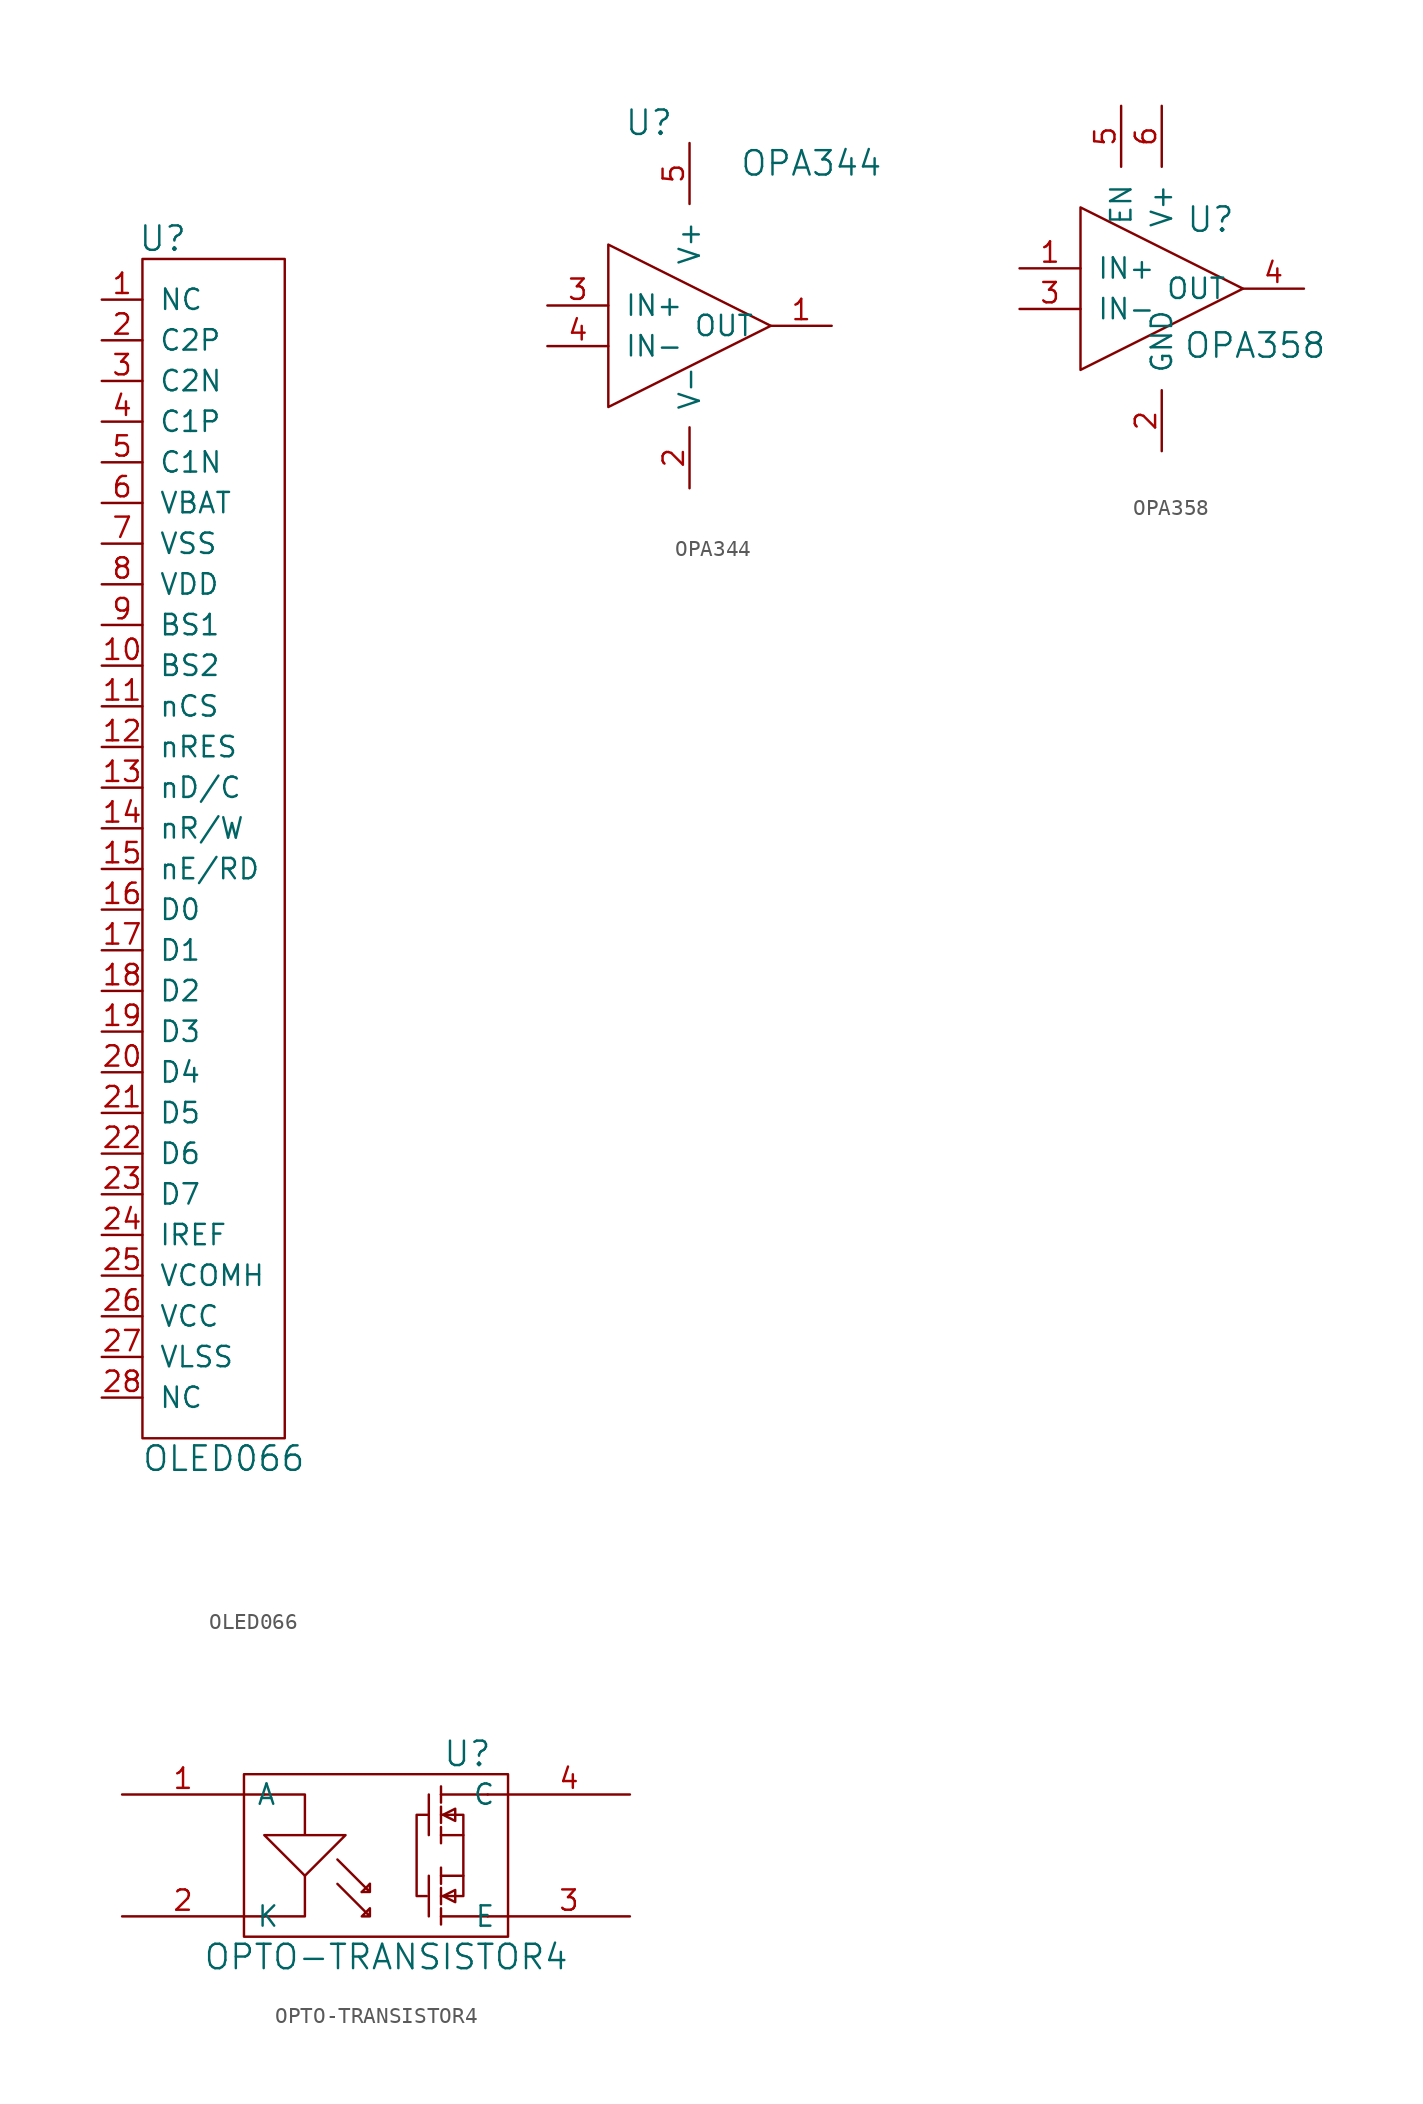
<source format=kicad_sym>
(kicad_symbol_lib
  (version 20211014)
  (generator kicad_symbol_editor)
  (symbol "OLED066"
    (pin_names
      (offset 1.016))
    (property "Reference" "U"
      (at -3.81 38.1 0)
      (effects (font (size 1.524 1.524))))
    (property "Value" "OLED066"
      (at 0 -38.1 0)
      (effects (font (size 1.524 1.524))))
    (property "Footprint" ""
      (at 11.43 40.64 0)
      (effects (font (size 1.524 1.524))))
    (property "Datasheet" ""
      (at 11.43 40.64 0)
      (effects (font (size 1.524 1.524))))
    (symbol "OLED066_0_1"
      (rectangle (start -5.08 36.83) (end 3.81 -36.83) (stroke (width 0) (type default) (color 0 0 0 0)) (fill (type none))))
    (symbol "OLED066_1_1"
      (pin passive line (at -7.62 34.29 0) (length 2.54) (name "NC" (effects (font (size 1.27 1.27)))) (number "1" (effects (font (size 1.27 1.27)))))
      (pin passive line (at -7.62 11.43 0) (length 2.54) (name "BS2" (effects (font (size 1.27 1.27)))) (number "10" (effects (font (size 1.27 1.27)))))
      (pin passive line (at -7.62 8.89 0) (length 2.54) (name "nCS" (effects (font (size 1.27 1.27)))) (number "11" (effects (font (size 1.27 1.27)))))
      (pin passive line (at -7.62 6.35 0) (length 2.54) (name "nRES" (effects (font (size 1.27 1.27)))) (number "12" (effects (font (size 1.27 1.27)))))
      (pin passive line (at -7.62 3.81 0) (length 2.54) (name "nD/C" (effects (font (size 1.27 1.27)))) (number "13" (effects (font (size 1.27 1.27)))))
      (pin passive line (at -7.62 1.27 0) (length 2.54) (name "nR/W" (effects (font (size 1.27 1.27)))) (number "14" (effects (font (size 1.27 1.27)))))
      (pin passive line (at -7.62 -1.27 0) (length 2.54) (name "nE/RD" (effects (font (size 1.27 1.27)))) (number "15" (effects (font (size 1.27 1.27)))))
      (pin passive line (at -7.62 -3.81 0) (length 2.54) (name "D0" (effects (font (size 1.27 1.27)))) (number "16" (effects (font (size 1.27 1.27)))))
      (pin passive line (at -7.62 -6.35 0) (length 2.54) (name "D1" (effects (font (size 1.27 1.27)))) (number "17" (effects (font (size 1.27 1.27)))))
      (pin passive line (at -7.62 -8.89 0) (length 2.54) (name "D2" (effects (font (size 1.27 1.27)))) (number "18" (effects (font (size 1.27 1.27)))))
      (pin passive line (at -7.62 -11.43 0) (length 2.54) (name "D3" (effects (font (size 1.27 1.27)))) (number "19" (effects (font (size 1.27 1.27)))))
      (pin passive line (at -7.62 31.75 0) (length 2.54) (name "C2P" (effects (font (size 1.27 1.27)))) (number "2" (effects (font (size 1.27 1.27)))))
      (pin passive line (at -7.62 -13.97 0) (length 2.54) (name "D4" (effects (font (size 1.27 1.27)))) (number "20" (effects (font (size 1.27 1.27)))))
      (pin passive line (at -7.62 -16.51 0) (length 2.54) (name "D5" (effects (font (size 1.27 1.27)))) (number "21" (effects (font (size 1.27 1.27)))))
      (pin passive line (at -7.62 -19.05 0) (length 2.54) (name "D6" (effects (font (size 1.27 1.27)))) (number "22" (effects (font (size 1.27 1.27)))))
      (pin passive line (at -7.62 -21.59 0) (length 2.54) (name "D7" (effects (font (size 1.27 1.27)))) (number "23" (effects (font (size 1.27 1.27)))))
      (pin passive line (at -7.62 -24.13 0) (length 2.54) (name "IREF" (effects (font (size 1.27 1.27)))) (number "24" (effects (font (size 1.27 1.27)))))
      (pin passive line (at -7.62 -26.67 0) (length 2.54) (name "VCOMH" (effects (font (size 1.27 1.27)))) (number "25" (effects (font (size 1.27 1.27)))))
      (pin passive line (at -7.62 -29.21 0) (length 2.54) (name "VCC" (effects (font (size 1.27 1.27)))) (number "26" (effects (font (size 1.27 1.27)))))
      (pin passive line (at -7.62 -31.75 0) (length 2.54) (name "VLSS" (effects (font (size 1.27 1.27)))) (number "27" (effects (font (size 1.27 1.27)))))
      (pin passive line (at -7.62 -34.29 0) (length 2.54) (name "NC" (effects (font (size 1.27 1.27)))) (number "28" (effects (font (size 1.27 1.27)))))
      (pin passive line (at -7.62 29.21 0) (length 2.54) (name "C2N" (effects (font (size 1.27 1.27)))) (number "3" (effects (font (size 1.27 1.27)))))
      (pin passive line (at -7.62 26.67 0) (length 2.54) (name "C1P" (effects (font (size 1.27 1.27)))) (number "4" (effects (font (size 1.27 1.27)))))
      (pin passive line (at -7.62 24.13 0) (length 2.54) (name "C1N" (effects (font (size 1.27 1.27)))) (number "5" (effects (font (size 1.27 1.27)))))
      (pin passive line (at -7.62 21.59 0) (length 2.54) (name "VBAT" (effects (font (size 1.27 1.27)))) (number "6" (effects (font (size 1.27 1.27)))))
      (pin passive line (at -7.62 19.05 0) (length 2.54) (name "VSS" (effects (font (size 1.27 1.27)))) (number "7" (effects (font (size 1.27 1.27)))))
      (pin passive line (at -7.62 16.51 0) (length 2.54) (name "VDD" (effects (font (size 1.27 1.27)))) (number "8" (effects (font (size 1.27 1.27)))))
      (pin passive line (at -7.62 13.97 0) (length 2.54) (name "BS1" (effects (font (size 1.27 1.27)))) (number "9" (effects (font (size 1.27 1.27)))))))
  (symbol "OPA344"
    (pin_names
      (offset 1.016))
    (property "Reference" "U"
      (at -2.54 12.7 0)
      (effects (font (size 1.524 1.524))))
    (property "Value" "OPA344"
      (at 7.62 10.16 0)
      (effects (font (size 1.524 1.524))))
    (property "Footprint" ""
      (at 0 0 0)
      (effects (font (size 1.524 1.524))))
    (property "Datasheet" ""
      (at 0 0 0)
      (effects (font (size 1.524 1.524))))
    (symbol "OPA344_0_1"
      (polyline (pts (xy -5.08 5.08) (xy -5.08 -5.08) (xy 5.08 0) (xy -5.08 5.08)) (stroke (width 0) (type default) (color 0 0 0 0)) (fill (type none))))
    (symbol "OPA344_1_1"
      (pin passive line (at 8.89 0 180) (length 3.81) (name "OUT" (effects (font (size 1.27 1.27)))) (number "1" (effects (font (size 1.27 1.27)))))
      (pin passive line (at 0 -10.16 90) (length 3.81) (name "V-" (effects (font (size 1.27 1.27)))) (number "2" (effects (font (size 1.27 1.27)))))
      (pin passive line (at -8.89 1.27 0) (length 3.81) (name "IN+" (effects (font (size 1.27 1.27)))) (number "3" (effects (font (size 1.27 1.27)))))
      (pin passive line (at -8.89 -1.27 0) (length 3.81) (name "IN-" (effects (font (size 1.27 1.27)))) (number "4" (effects (font (size 1.27 1.27)))))
      (pin passive line (at 0 11.43 270) (length 3.81) (name "V+" (effects (font (size 1.27 1.27)))) (number "5" (effects (font (size 1.27 1.27)))))))
  (symbol "OPA358"
    (pin_names
      (offset 1.016))
    (property "Reference" "U"
      (at 3.048 4.318 0)
      (effects (font (size 1.524 1.524))))
    (property "Value" "OPA358"
      (at 5.842 -3.556 0)
      (effects (font (size 1.524 1.524))))
    (property "Footprint" ""
      (at 0 0 0)
      (effects (font (size 1.524 1.524))))
    (property "Datasheet" ""
      (at 0 0 0)
      (effects (font (size 1.524 1.524))))
    (symbol "OPA358_0_1"
      (polyline (pts (xy -5.08 5.08) (xy -5.08 -5.08) (xy 5.08 0) (xy -5.08 5.08)) (stroke (width 0) (type default) (color 0 0 0 0)) (fill (type none))))
    (symbol "OPA358_1_1"
      (pin passive line (at -8.89 1.27 0) (length 3.81) (name "IN+" (effects (font (size 1.27 1.27)))) (number "1" (effects (font (size 1.27 1.27)))))
      (pin passive line (at 0 -10.16 90) (length 3.81) (name "GND" (effects (font (size 1.27 1.27)))) (number "2" (effects (font (size 1.27 1.27)))))
      (pin passive line (at -8.89 -1.27 0) (length 3.81) (name "IN-" (effects (font (size 1.27 1.27)))) (number "3" (effects (font (size 1.27 1.27)))))
      (pin passive line (at 8.89 0 180) (length 3.81) (name "OUT" (effects (font (size 1.27 1.27)))) (number "4" (effects (font (size 1.27 1.27)))))
      (pin passive line (at -2.54 11.43 270) (length 3.81) (name "EN" (effects (font (size 1.27 1.27)))) (number "5" (effects (font (size 1.27 1.27)))))
      (pin passive line (at 0 11.43 270) (length 3.81) (name "V+" (effects (font (size 1.27 1.27)))) (number "6" (effects (font (size 1.27 1.27)))))))
  (symbol "OPTO-TRANSISTOR4"
    (pin_names
      (offset 0.762))
    (property "Reference" "U"
      (at 5.08 6.35 0)
      (effects (font (size 1.524 1.524))))
    (property "Value" "OPTO-TRANSISTOR4"
      (at 0 -6.35 0)
      (effects (font (size 1.524 1.524))))
    (property "Footprint" ""
      (at 0 0 0)
      (effects (font (size 1.524 1.524))))
    (property "Datasheet" ""
      (at 0 0 0)
      (effects (font (size 1.524 1.524))))
    (symbol "OPTO-TRANSISTOR4_0_1"
      (rectangle (start -8.89 5.08) (end 7.62 -5.08) (stroke (width 0) (type default) (color 0 0 0 0)) (fill (type none)))
      (polyline (pts (xy 2.667 -1.27) (xy 2.667 -3.81)) (stroke (width 0) (type default) (color 0 0 0 0)) (fill (type none)))
      (polyline (pts (xy 2.667 3.81) (xy 2.667 1.27)) (stroke (width 0) (type default) (color 0 0 0 0)) (fill (type none)))
      (polyline (pts (xy 3.429 -3.302) (xy 3.429 -4.318)) (stroke (width 0) (type default) (color 0 0 0 0)) (fill (type none)))
      (polyline (pts (xy 3.429 -3.048) (xy 3.429 -2.032)) (stroke (width 0) (type default) (color 0 0 0 0)) (fill (type none)))
      (polyline (pts (xy 3.429 -1.778) (xy 3.429 -0.762)) (stroke (width 0) (type default) (color 0 0 0 0)) (fill (type none)))
      (polyline (pts (xy 3.429 1.778) (xy 3.429 0.762)) (stroke (width 0) (type default) (color 0 0 0 0)) (fill (type none)))
      (polyline (pts (xy 3.429 3.048) (xy 3.429 2.032)) (stroke (width 0) (type default) (color 0 0 0 0)) (fill (type none)))
      (polyline (pts (xy 3.429 3.81) (xy 3.429 3.302)) (stroke (width 0) (type default) (color 0 0 0 0)) (fill (type none)))
      (polyline (pts (xy 3.429 3.81) (xy 3.429 4.318)) (stroke (width 0) (type default) (color 0 0 0 0)) (fill (type none)))
      (polyline (pts (xy 4.826 1.27) (xy 4.826 -1.27)) (stroke (width 0) (type default) (color 0 0 0 0)) (fill (type none)))
      (polyline (pts (xy 6.35 -3.81) (xy 3.429 -3.81)) (stroke (width 0) (type default) (color 0 0 0 0)) (fill (type none)))
      (polyline (pts (xy 6.35 3.81) (xy 3.429 3.81)) (stroke (width 0) (type default) (color 0 0 0 0)) (fill (type none)))
      (polyline (pts (xy -8.89 -3.81) (xy -7.62 -3.81) (xy -7.62 -3.81)) (stroke (width 0) (type default) (color 0 0 0 0)) (fill (type none)))
      (polyline (pts (xy -8.89 3.81) (xy -7.62 3.81) (xy -7.62 3.81)) (stroke (width 0) (type default) (color 0 0 0 0)) (fill (type none)))
      (polyline (pts (xy -1.524 -2.286) (xy -1.016 -1.778) (xy -1.016 -1.778)) (stroke (width 0) (type default) (color 0 0 0 0)) (fill (type none)))
      (polyline (pts (xy 7.62 -3.81) (xy 6.35 -3.81) (xy 6.35 -3.81)) (stroke (width 0) (type default) (color 0 0 0 0)) (fill (type none)))
      (polyline (pts (xy 7.62 3.81) (xy 6.35 3.81) (xy 6.35 3.81)) (stroke (width 0) (type default) (color 0 0 0 0)) (fill (type none)))
      (polyline (pts (xy -5.08 -1.27) (xy -5.08 -3.81) (xy -7.62 -3.81) (xy -7.62 -3.81)) (stroke (width 0) (type default) (color 0 0 0 0)) (fill (type none)))
      (polyline (pts (xy 2.54 -2.54) (xy 1.905 -2.54) (xy 1.905 2.54) (xy 2.667 2.54)) (stroke (width 0) (type default) (color 0 0 0 0)) (fill (type none)))
      (polyline (pts (xy 3.429 -1.27) (xy 4.826 -1.27) (xy 4.826 -2.54) (xy 3.429 -2.54)) (stroke (width 0) (type default) (color 0 0 0 0)) (fill (type none)))
      (polyline (pts (xy 3.429 1.27) (xy 4.826 1.27) (xy 4.826 2.54) (xy 3.429 2.54)) (stroke (width 0) (type default) (color 0 0 0 0)) (fill (type none)))
      (polyline (pts (xy 3.556 -2.54) (xy 4.318 -2.159) (xy 4.318 -2.921) (xy 3.556 -2.54)) (stroke (width 0) (type default) (color 0 0 0 0)) (fill (type none)))
      (polyline (pts (xy 3.556 2.54) (xy 4.318 2.921) (xy 4.318 2.159) (xy 3.556 2.54)) (stroke (width 0) (type default) (color 0 0 0 0)) (fill (type none)))
      (polyline (pts (xy -3.048 -0.254) (xy -1.016 -2.286) (xy -1.016 -1.778) (xy -1.016 -2.286) (xy -1.524 -2.286) (xy -1.524 -2.286)) (stroke (width 0) (type default) (color 0 0 0 0)) (fill (type none)))
      (polyline (pts (xy -3.048 -1.778) (xy -1.016 -3.81) (xy -1.016 -3.302) (xy -1.016 -3.81) (xy -1.524 -3.81) (xy -1.016 -3.302) (xy -1.016 -3.302)) (stroke (width 0) (type default) (color 0 0 0 0)) (fill (type none)))
      (polyline (pts (xy -7.62 3.81) (xy -5.08 3.81) (xy -5.08 1.27) (xy -7.62 1.27) (xy -5.08 -1.27) (xy -2.54 1.27) (xy -5.08 1.27) (xy -5.08 1.27)) (stroke (width 0) (type default) (color 0 0 0 0)) (fill (type none))))
    (symbol "OPTO-TRANSISTOR4_1_1"
      (pin input line (at -16.51 3.81 0) (length 7.62) (name "A" (effects (font (size 1.27 1.27)))) (number "1" (effects (font (size 1.27 1.27)))))
      (pin input line (at -16.51 -3.81 0) (length 7.62) (name "K" (effects (font (size 1.27 1.27)))) (number "2" (effects (font (size 1.27 1.27)))))
      (pin output line (at 15.24 -3.81 180) (length 7.62) (name "E" (effects (font (size 1.27 1.27)))) (number "3" (effects (font (size 1.27 1.27)))))
      (pin output line (at 15.24 3.81 180) (length 7.62) (name "C" (effects (font (size 1.27 1.27)))) (number "4" (effects (font (size 1.27 1.27))))))))
</source>
